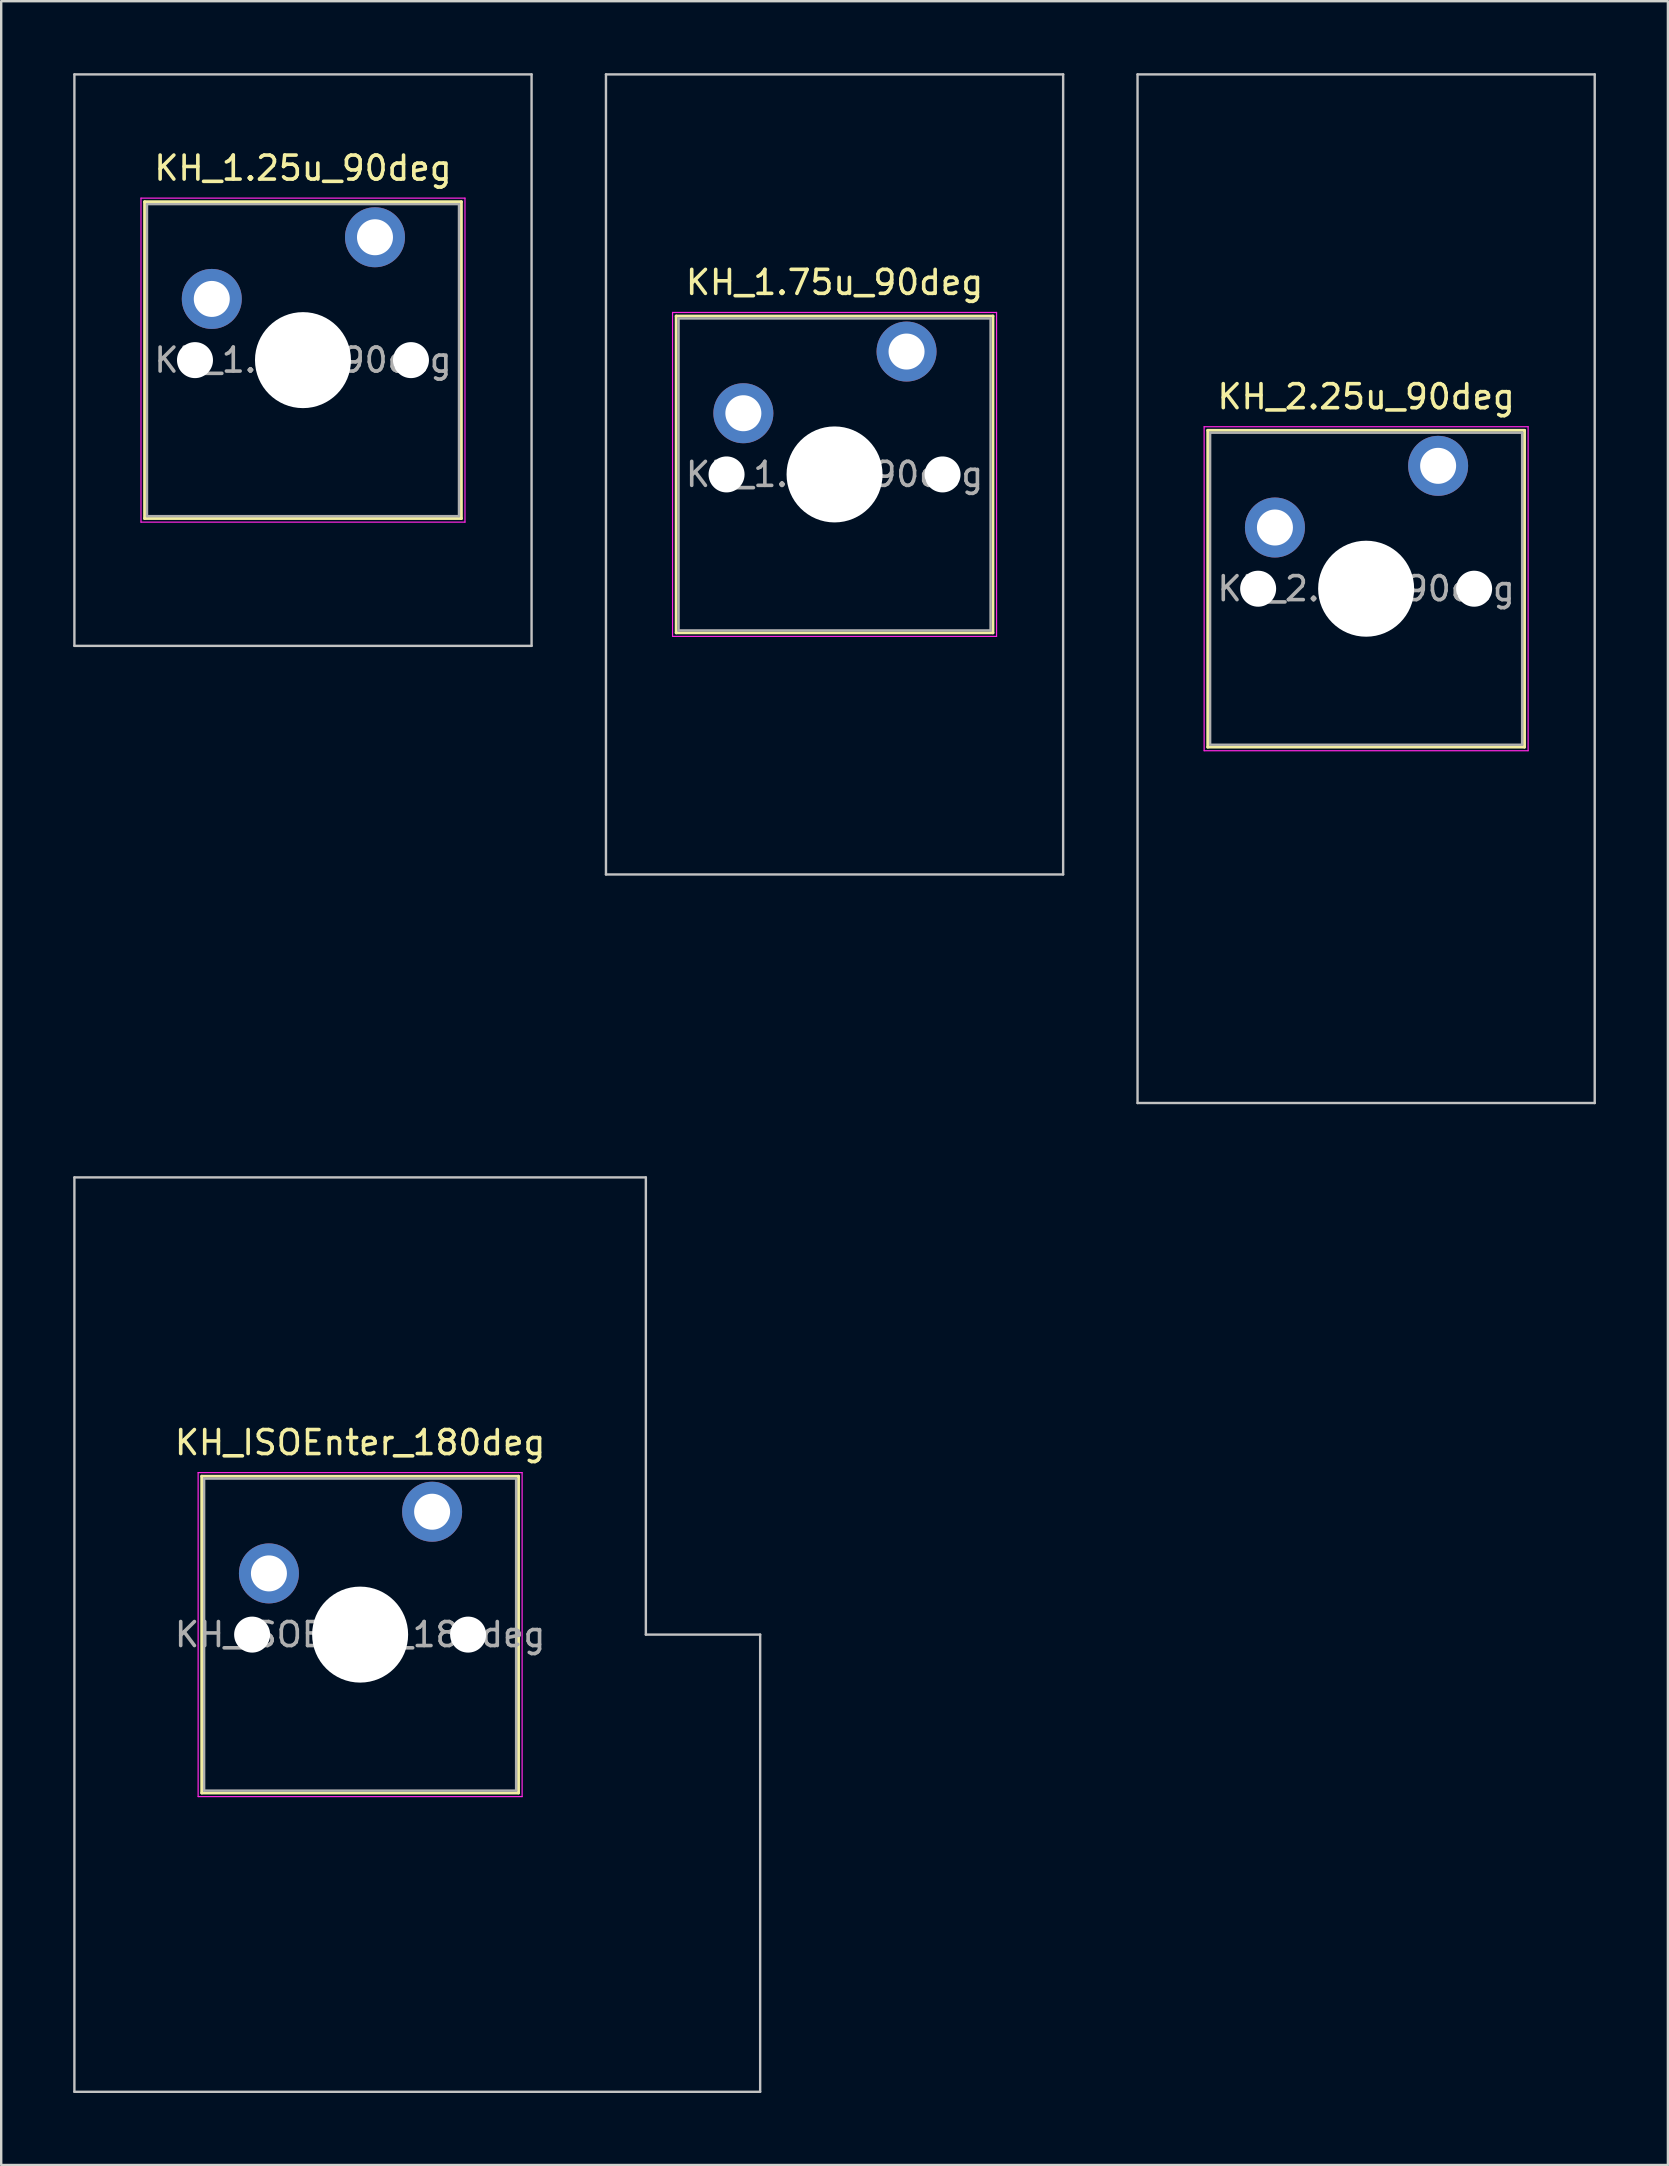
<source format=kicad_pcb>
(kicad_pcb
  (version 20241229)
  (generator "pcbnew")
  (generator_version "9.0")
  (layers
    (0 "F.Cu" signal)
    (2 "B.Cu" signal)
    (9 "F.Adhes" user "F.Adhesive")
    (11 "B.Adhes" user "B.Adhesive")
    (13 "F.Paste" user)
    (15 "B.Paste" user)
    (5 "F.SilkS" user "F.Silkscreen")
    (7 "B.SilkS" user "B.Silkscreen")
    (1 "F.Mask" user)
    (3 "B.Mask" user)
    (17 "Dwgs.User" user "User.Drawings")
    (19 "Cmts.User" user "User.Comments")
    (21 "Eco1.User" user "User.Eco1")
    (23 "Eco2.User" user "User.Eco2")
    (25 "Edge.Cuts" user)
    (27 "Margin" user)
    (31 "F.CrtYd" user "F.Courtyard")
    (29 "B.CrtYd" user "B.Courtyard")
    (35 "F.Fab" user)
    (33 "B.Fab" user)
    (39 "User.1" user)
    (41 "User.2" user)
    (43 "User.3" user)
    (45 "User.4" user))
  (footprint "KH_2.25u_90deg"
    (layer "F.Cu")
    (at 53.875 21.481)
    (property "Reference" "KH_2.25u_90deg" (at 0 -8 0) (layer "F.SilkS") (effects (font (size 1 1) (thickness 0.15))))
    (attr through_hole)
    (fp_line (start -6.6 -6.6) (end -6.6 6.6) (stroke (width 0.12) (type solid)) (layer "F.SilkS"))
    (fp_line (start -6.6 6.6) (end 6.6 6.6) (stroke (width 0.12) (type solid)) (layer "F.SilkS"))
    (fp_line (start 6.6 -6.6) (end -6.6 -6.6) (stroke (width 0.12) (type solid)) (layer "F.SilkS"))
    (fp_line (start 6.6 6.6) (end 6.6 -6.6) (stroke (width 0.12) (type solid)) (layer "F.SilkS"))
    (fp_line (start -9.525 -21.431) (end 9.525 -21.431) (stroke (width 0.1) (type solid)) (layer "Dwgs.User"))
    (fp_line (start -9.525 21.431) (end -9.525 -21.431) (stroke (width 0.1) (type solid)) (layer "Dwgs.User"))
    (fp_line (start 9.525 -21.431) (end 9.525 21.431) (stroke (width 0.1) (type solid)) (layer "Dwgs.User"))
    (fp_line (start 9.525 21.431) (end -9.525 21.431) (stroke (width 0.1) (type solid)) (layer "Dwgs.User"))
    (fp_line (start -6.1 -6.1) (end -6.1 6.1) (stroke (width 0.1) (type solid)) (layer "Eco1.User"))
    (fp_line (start -6.1 6.1) (end 6.1 6.1) (stroke (width 0.1) (type solid)) (layer "Eco1.User"))
    (fp_line (start 6.1 -6.1) (end -6.1 -6.1) (stroke (width 0.1) (type solid)) (layer "Eco1.User"))
    (fp_line (start 6.1 6.1) (end 6.1 -6.1) (stroke (width 0.1) (type solid)) (layer "Eco1.User"))
    (fp_line (start -6.75 -6.75) (end -6.75 6.75) (stroke (width 0.05) (type solid)) (layer "F.CrtYd"))
    (fp_line (start -6.75 6.75) (end 6.75 6.75) (stroke (width 0.05) (type solid)) (layer "F.CrtYd"))
    (fp_line (start 6.75 -6.75) (end -6.75 -6.75) (stroke (width 0.05) (type solid)) (layer "F.CrtYd"))
    (fp_line (start 6.75 6.75) (end 6.75 -6.75) (stroke (width 0.05) (type solid)) (layer "F.CrtYd"))
    (fp_line (start -6.5 -6.5) (end -6.5 6.5) (stroke (width 0.1) (type solid)) (layer "F.Fab"))
    (fp_line (start -6.5 6.5) (end 6.5 6.5) (stroke (width 0.1) (type solid)) (layer "F.Fab"))
    (fp_line (start 6.5 -6.5) (end -6.5 -6.5) (stroke (width 0.1) (type solid)) (layer "F.Fab"))
    (fp_line (start 6.5 6.5) (end 6.5 -6.5) (stroke (width 0.1) (type solid)) (layer "F.Fab"))
    (fp_text user "${REFERENCE}" (at 0 0 0) (layer "F.Fab") (effects (font (size 1 1) (thickness 0.15))))
    (pad "" np_thru_hole circle (at -4.5 0) (size 1.5 1.5) (drill 1.5) (layers "*.Cu" "*.Mask"))
    (pad "" np_thru_hole circle (at 0 0) (size 4 4) (drill 4) (layers "*.Cu" "*.Mask"))
    (pad "" np_thru_hole circle (at 4.5 0) (size 1.5 1.5) (drill 1.5) (layers "*.Cu" "*.Mask"))
    (pad "1" thru_hole circle (at -3.8 -2.55) (size 2.5 2.5) (drill 1.5) (layers "*.Cu" "*.Mask"))
    (pad "2" thru_hole circle (at 3 -5.12) (size 2.5 2.5) (drill 1.5) (layers "*.Cu" "*.Mask")))
  (footprint "KH_ISOEnter_180deg"
    (layer "F.Cu")
    (at 11.956 65.062)
    (property "Reference" "KH_ISOEnter_180deg" (at 0 -8 0) (layer "F.SilkS") (effects (font (size 1 1) (thickness 0.15))))
    (attr through_hole)
    (fp_line (start -6.6 -6.6) (end -6.6 6.6) (stroke (width 0.12) (type solid)) (layer "F.SilkS"))
    (fp_line (start -6.6 6.6) (end 6.6 6.6) (stroke (width 0.12) (type solid)) (layer "F.SilkS"))
    (fp_line (start 6.6 -6.6) (end -6.6 -6.6) (stroke (width 0.12) (type solid)) (layer "F.SilkS"))
    (fp_line (start 6.6 6.6) (end 6.6 -6.6) (stroke (width 0.12) (type solid)) (layer "F.SilkS"))
    (fp_line (start -11.906 -19.05) (end -11.906 19.05) (stroke (width 0.1) (type solid)) (layer "Dwgs.User"))
    (fp_line (start -11.906 19.05) (end 16.669 19.05) (stroke (width 0.1) (type solid)) (layer "Dwgs.User"))
    (fp_line (start 11.906 -19.05) (end -11.906 -19.05) (stroke (width 0.1) (type solid)) (layer "Dwgs.User"))
    (fp_line (start 11.906 0) (end 11.906 -19.05) (stroke (width 0.1) (type solid)) (layer "Dwgs.User"))
    (fp_line (start 16.669 0) (end 11.906 0) (stroke (width 0.1) (type solid)) (layer "Dwgs.User"))
    (fp_line (start 16.669 19.05) (end 16.669 0) (stroke (width 0.1) (type solid)) (layer "Dwgs.User"))
    (fp_line (start -6.1 -6.1) (end -6.1 6.1) (stroke (width 0.1) (type solid)) (layer "Eco1.User"))
    (fp_line (start -6.1 6.1) (end 6.1 6.1) (stroke (width 0.1) (type solid)) (layer "Eco1.User"))
    (fp_line (start 6.1 -6.1) (end -6.1 -6.1) (stroke (width 0.1) (type solid)) (layer "Eco1.User"))
    (fp_line (start 6.1 6.1) (end 6.1 -6.1) (stroke (width 0.1) (type solid)) (layer "Eco1.User"))
    (fp_line (start -6.75 -6.75) (end -6.75 6.75) (stroke (width 0.05) (type solid)) (layer "F.CrtYd"))
    (fp_line (start -6.75 6.75) (end 6.75 6.75) (stroke (width 0.05) (type solid)) (layer "F.CrtYd"))
    (fp_line (start 6.75 -6.75) (end -6.75 -6.75) (stroke (width 0.05) (type solid)) (layer "F.CrtYd"))
    (fp_line (start 6.75 6.75) (end 6.75 -6.75) (stroke (width 0.05) (type solid)) (layer "F.CrtYd"))
    (fp_line (start -6.5 -6.5) (end -6.5 6.5) (stroke (width 0.1) (type solid)) (layer "F.Fab"))
    (fp_line (start -6.5 6.5) (end 6.5 6.5) (stroke (width 0.1) (type solid)) (layer "F.Fab"))
    (fp_line (start 6.5 -6.5) (end -6.5 -6.5) (stroke (width 0.1) (type solid)) (layer "F.Fab"))
    (fp_line (start 6.5 6.5) (end 6.5 -6.5) (stroke (width 0.1) (type solid)) (layer "F.Fab"))
    (fp_text user "${REFERENCE}" (at 0 0 0) (layer "F.Fab") (effects (font (size 1 1) (thickness 0.15))))
    (pad "" np_thru_hole circle (at -4.5 0) (size 1.5 1.5) (drill 1.5) (layers "*.Cu" "*.Mask"))
    (pad "" np_thru_hole circle (at 0 0) (size 4 4) (drill 4) (layers "*.Cu" "*.Mask"))
    (pad "" np_thru_hole circle (at 4.5 0) (size 1.5 1.5) (drill 1.5) (layers "*.Cu" "*.Mask"))
    (pad "1" thru_hole circle (at -3.8 -2.55) (size 2.5 2.5) (drill 1.5) (layers "*.Cu" "*.Mask"))
    (pad "2" thru_hole circle (at 3 -5.12) (size 2.5 2.5) (drill 1.5) (layers "*.Cu" "*.Mask")))
  (footprint "KH_1.75u_90deg"
    (layer "F.Cu")
    (at 31.725 16.719)
    (property "Reference" "KH_1.75u_90deg" (at 0 -8 0) (layer "F.SilkS") (effects (font (size 1 1) (thickness 0.15))))
    (attr through_hole)
    (fp_line (start -6.6 -6.6) (end -6.6 6.6) (stroke (width 0.12) (type solid)) (layer "F.SilkS"))
    (fp_line (start -6.6 6.6) (end 6.6 6.6) (stroke (width 0.12) (type solid)) (layer "F.SilkS"))
    (fp_line (start 6.6 -6.6) (end -6.6 -6.6) (stroke (width 0.12) (type solid)) (layer "F.SilkS"))
    (fp_line (start 6.6 6.6) (end 6.6 -6.6) (stroke (width 0.12) (type solid)) (layer "F.SilkS"))
    (fp_line (start -9.525 -16.669) (end 9.525 -16.669) (stroke (width 0.1) (type solid)) (layer "Dwgs.User"))
    (fp_line (start -9.525 16.669) (end -9.525 -16.669) (stroke (width 0.1) (type solid)) (layer "Dwgs.User"))
    (fp_line (start 9.525 -16.669) (end 9.525 16.669) (stroke (width 0.1) (type solid)) (layer "Dwgs.User"))
    (fp_line (start 9.525 16.669) (end -9.525 16.669) (stroke (width 0.1) (type solid)) (layer "Dwgs.User"))
    (fp_line (start -6.1 -6.1) (end -6.1 6.1) (stroke (width 0.1) (type solid)) (layer "Eco1.User"))
    (fp_line (start -6.1 6.1) (end 6.1 6.1) (stroke (width 0.1) (type solid)) (layer "Eco1.User"))
    (fp_line (start 6.1 -6.1) (end -6.1 -6.1) (stroke (width 0.1) (type solid)) (layer "Eco1.User"))
    (fp_line (start 6.1 6.1) (end 6.1 -6.1) (stroke (width 0.1) (type solid)) (layer "Eco1.User"))
    (fp_line (start -6.75 -6.75) (end -6.75 6.75) (stroke (width 0.05) (type solid)) (layer "F.CrtYd"))
    (fp_line (start -6.75 6.75) (end 6.75 6.75) (stroke (width 0.05) (type solid)) (layer "F.CrtYd"))
    (fp_line (start 6.75 -6.75) (end -6.75 -6.75) (stroke (width 0.05) (type solid)) (layer "F.CrtYd"))
    (fp_line (start 6.75 6.75) (end 6.75 -6.75) (stroke (width 0.05) (type solid)) (layer "F.CrtYd"))
    (fp_line (start -6.5 -6.5) (end -6.5 6.5) (stroke (width 0.1) (type solid)) (layer "F.Fab"))
    (fp_line (start -6.5 6.5) (end 6.5 6.5) (stroke (width 0.1) (type solid)) (layer "F.Fab"))
    (fp_line (start 6.5 -6.5) (end -6.5 -6.5) (stroke (width 0.1) (type solid)) (layer "F.Fab"))
    (fp_line (start 6.5 6.5) (end 6.5 -6.5) (stroke (width 0.1) (type solid)) (layer "F.Fab"))
    (fp_text user "${REFERENCE}" (at 0 0 0) (layer "F.Fab") (effects (font (size 1 1) (thickness 0.15))))
    (pad "" np_thru_hole circle (at -4.5 0) (size 1.5 1.5) (drill 1.5) (layers "*.Cu" "*.Mask"))
    (pad "" np_thru_hole circle (at 0 0) (size 4 4) (drill 4) (layers "*.Cu" "*.Mask"))
    (pad "" np_thru_hole circle (at 4.5 0) (size 1.5 1.5) (drill 1.5) (layers "*.Cu" "*.Mask"))
    (pad "1" thru_hole circle (at -3.8 -2.55) (size 2.5 2.5) (drill 1.5) (layers "*.Cu" "*.Mask"))
    (pad "2" thru_hole circle (at 3 -5.12) (size 2.5 2.5) (drill 1.5) (layers "*.Cu" "*.Mask")))
  (footprint "KH_1.25u_90deg"
    (layer "F.Cu")
    (at 9.575 11.956)
    (property "Reference" "KH_1.25u_90deg" (at 0 -8 0) (layer "F.SilkS") (effects (font (size 1 1) (thickness 0.15))))
    (attr through_hole)
    (fp_line (start -6.6 -6.6) (end -6.6 6.6) (stroke (width 0.12) (type solid)) (layer "F.SilkS"))
    (fp_line (start -6.6 6.6) (end 6.6 6.6) (stroke (width 0.12) (type solid)) (layer "F.SilkS"))
    (fp_line (start 6.6 -6.6) (end -6.6 -6.6) (stroke (width 0.12) (type solid)) (layer "F.SilkS"))
    (fp_line (start 6.6 6.6) (end 6.6 -6.6) (stroke (width 0.12) (type solid)) (layer "F.SilkS"))
    (fp_line (start -9.525 -11.906) (end 9.525 -11.906) (stroke (width 0.1) (type solid)) (layer "Dwgs.User"))
    (fp_line (start -9.525 11.906) (end -9.525 -11.906) (stroke (width 0.1) (type solid)) (layer "Dwgs.User"))
    (fp_line (start 9.525 -11.906) (end 9.525 11.906) (stroke (width 0.1) (type solid)) (layer "Dwgs.User"))
    (fp_line (start 9.525 11.906) (end -9.525 11.906) (stroke (width 0.1) (type solid)) (layer "Dwgs.User"))
    (fp_line (start -6.1 -6.1) (end -6.1 6.1) (stroke (width 0.1) (type solid)) (layer "Eco1.User"))
    (fp_line (start -6.1 6.1) (end 6.1 6.1) (stroke (width 0.1) (type solid)) (layer "Eco1.User"))
    (fp_line (start 6.1 -6.1) (end -6.1 -6.1) (stroke (width 0.1) (type solid)) (layer "Eco1.User"))
    (fp_line (start 6.1 6.1) (end 6.1 -6.1) (stroke (width 0.1) (type solid)) (layer "Eco1.User"))
    (fp_line (start -6.75 -6.75) (end -6.75 6.75) (stroke (width 0.05) (type solid)) (layer "F.CrtYd"))
    (fp_line (start -6.75 6.75) (end 6.75 6.75) (stroke (width 0.05) (type solid)) (layer "F.CrtYd"))
    (fp_line (start 6.75 -6.75) (end -6.75 -6.75) (stroke (width 0.05) (type solid)) (layer "F.CrtYd"))
    (fp_line (start 6.75 6.75) (end 6.75 -6.75) (stroke (width 0.05) (type solid)) (layer "F.CrtYd"))
    (fp_line (start -6.5 -6.5) (end -6.5 6.5) (stroke (width 0.1) (type solid)) (layer "F.Fab"))
    (fp_line (start -6.5 6.5) (end 6.5 6.5) (stroke (width 0.1) (type solid)) (layer "F.Fab"))
    (fp_line (start 6.5 -6.5) (end -6.5 -6.5) (stroke (width 0.1) (type solid)) (layer "F.Fab"))
    (fp_line (start 6.5 6.5) (end 6.5 -6.5) (stroke (width 0.1) (type solid)) (layer "F.Fab"))
    (fp_text user "${REFERENCE}" (at 0 0 0) (layer "F.Fab") (effects (font (size 1 1) (thickness 0.15))))
    (pad "" np_thru_hole circle (at -4.5 0) (size 1.5 1.5) (drill 1.5) (layers "*.Cu" "*.Mask"))
    (pad "" np_thru_hole circle (at 0 0) (size 4 4) (drill 4) (layers "*.Cu" "*.Mask"))
    (pad "" np_thru_hole circle (at 4.5 0) (size 1.5 1.5) (drill 1.5) (layers "*.Cu" "*.Mask"))
    (pad "1" thru_hole circle (at -3.8 -2.55) (size 2.5 2.5) (drill 1.5) (layers "*.Cu" "*.Mask"))
    (pad "2" thru_hole circle (at 3 -5.12) (size 2.5 2.5) (drill 1.5) (layers "*.Cu" "*.Mask")))
  (gr_rect
    (start -3 -3)
    (end 66.45 87.162)
    (stroke (width 0.1) (type default))
    (fill no)
    (layer "Edge.Cuts")))
</source>
